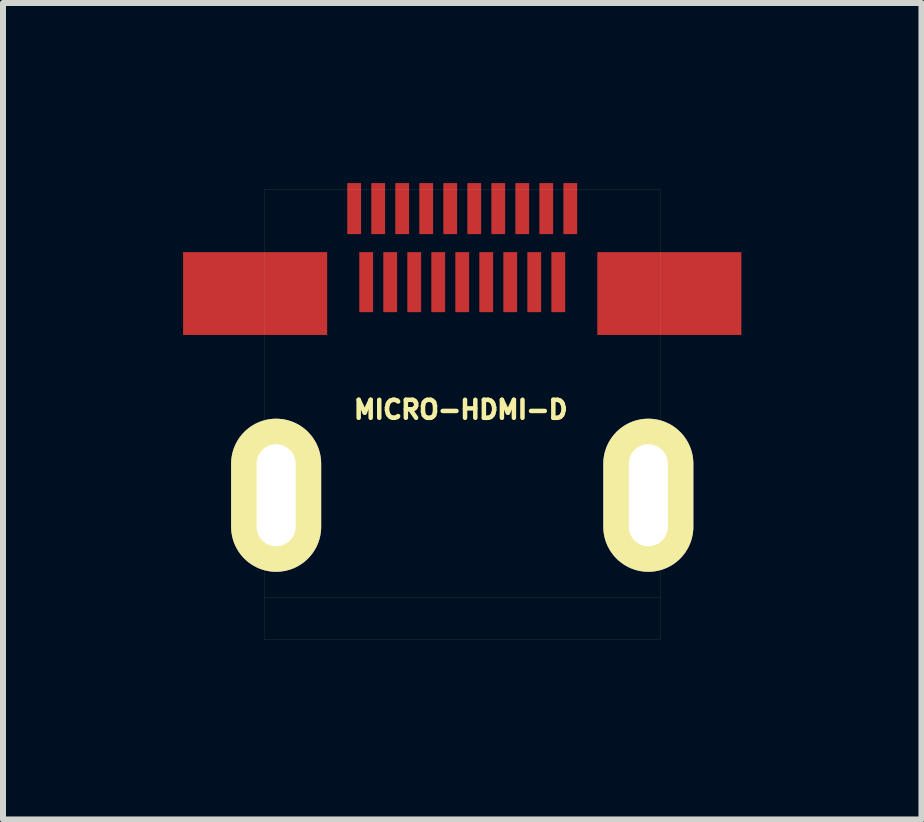
<source format=kicad_pcb>
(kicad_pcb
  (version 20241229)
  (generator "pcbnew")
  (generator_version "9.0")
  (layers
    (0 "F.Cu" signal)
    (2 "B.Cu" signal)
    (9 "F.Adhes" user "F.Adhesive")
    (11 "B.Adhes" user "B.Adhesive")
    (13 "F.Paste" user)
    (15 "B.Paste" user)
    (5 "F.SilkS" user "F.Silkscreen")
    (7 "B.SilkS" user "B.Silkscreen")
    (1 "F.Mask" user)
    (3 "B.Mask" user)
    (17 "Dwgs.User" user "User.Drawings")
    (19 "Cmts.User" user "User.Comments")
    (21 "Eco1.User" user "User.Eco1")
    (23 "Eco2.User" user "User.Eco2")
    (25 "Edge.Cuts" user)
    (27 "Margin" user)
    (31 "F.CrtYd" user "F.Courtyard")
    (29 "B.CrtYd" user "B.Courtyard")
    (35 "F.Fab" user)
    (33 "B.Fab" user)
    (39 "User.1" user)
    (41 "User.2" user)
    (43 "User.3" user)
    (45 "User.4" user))
  (footprint "MICRO-HDMI-D"
    (layer "F.Cu")
    (at 4.65 6.9)
    (property "Reference" "MICRO-HDMI-D" (at -0.025 -3.125 0) (layer "F.SilkS") (effects (font (size 0.3 0.3) (thickness 0.075))))
    (attr smd)
    (fp_line (start -3.3 -6.8) (end 3.3 -6.8) (stroke (width 0.001) (type solid)) (layer "F.SilkS"))
    (fp_line (start -3.3 0) (end -3.3 -6.8) (stroke (width 0.001) (type solid)) (layer "F.SilkS"))
    (fp_line (start -3.3 0) (end -3.3 0.7) (stroke (width 0.001) (type solid)) (layer "F.SilkS"))
    (fp_line (start -3.3 0.7) (end 3.3 0.7) (stroke (width 0.001) (type solid)) (layer "F.SilkS"))
    (fp_line (start 3.3 -6.8) (end 3.3 0) (stroke (width 0.001) (type solid)) (layer "F.SilkS"))
    (fp_line (start 3.3 0) (end -3.3 0) (stroke (width 0.001) (type solid)) (layer "F.SilkS"))
    (fp_line (start 3.3 0.7) (end 3.3 0) (stroke (width 0.001) (type solid)) (layer "F.SilkS"))
    (pad "" thru_hole oval (at -3.1 -1.7) (size 1.5 2.55) (drill oval 0.65 1.7) (layers "*.Cu" "*.Mask" "F.SilkS"))
    (pad "" thru_hole oval (at 3.1 -1.7) (size 1.5 2.55) (drill oval 0.65 1.7) (layers "*.Cu" "*.Mask" "F.SilkS"))
    (pad "1" smd rect (at 1.8 -6.475) (size 0.23 0.85) (layers "F.Cu" "F.Mask" "F.Paste"))
    (pad "2" smd rect (at 1.6 -5.25) (size 0.23 1) (layers "F.Cu" "F.Mask" "F.Paste"))
    (pad "3" smd rect (at 1.4 -6.475) (size 0.23 0.85) (layers "F.Cu" "F.Mask" "F.Paste"))
    (pad "4" smd rect (at 1.2 -5.25) (size 0.23 1) (layers "F.Cu" "F.Mask" "F.Paste"))
    (pad "5" smd rect (at 1 -6.475) (size 0.23 0.85) (layers "F.Cu" "F.Mask" "F.Paste"))
    (pad "6" smd rect (at 0.8 -5.25) (size 0.23 1) (layers "F.Cu" "F.Mask" "F.Paste"))
    (pad "7" smd rect (at 0.6 -6.475) (size 0.23 0.85) (layers "F.Cu" "F.Mask" "F.Paste"))
    (pad "8" smd rect (at 0.4 -5.25) (size 0.23 1) (layers "F.Cu" "F.Mask" "F.Paste"))
    (pad "9" smd rect (at 0.2 -6.475) (size 0.23 0.85) (layers "F.Cu" "F.Mask" "F.Paste"))
    (pad "10" smd rect (at 0 -5.25) (size 0.23 1) (layers "F.Cu" "F.Mask" "F.Paste"))
    (pad "11" smd rect (at -0.2 -6.475) (size 0.23 0.85) (layers "F.Cu" "F.Mask" "F.Paste"))
    (pad "12" smd rect (at -0.4 -5.25) (size 0.23 1) (layers "F.Cu" "F.Mask" "F.Paste"))
    (pad "13" smd rect (at -0.6 -6.475) (size 0.23 0.85) (layers "F.Cu" "F.Mask" "F.Paste"))
    (pad "14" smd rect (at -0.8 -5.25) (size 0.23 1) (layers "F.Cu" "F.Mask" "F.Paste"))
    (pad "15" smd rect (at -1 -6.475) (size 0.23 0.85) (layers "F.Cu" "F.Mask" "F.Paste"))
    (pad "16" smd rect (at -1.2 -5.25) (size 0.23 1) (layers "F.Cu" "F.Mask" "F.Paste"))
    (pad "17" smd rect (at -1.4 -6.475) (size 0.23 0.85) (layers "F.Cu" "F.Mask" "F.Paste"))
    (pad "18" smd rect (at -1.6 -5.25) (size 0.23 1) (layers "F.Cu" "F.Mask" "F.Paste"))
    (pad "19" smd rect (at -1.8 -6.475) (size 0.23 0.85) (layers "F.Cu" "F.Mask" "F.Paste"))
    (pad "SHD" smd rect (at -3.45 -5.06) (size 2.4 1.38) (layers "F.Cu" "F.Mask" "F.Paste"))
    (pad "SHD" smd rect (at 3.45 -5.06) (size 2.4 1.38) (layers "F.Cu" "F.Mask" "F.Paste")))
  (gr_rect
    (start -3 -3)
    (end 12.3 10.601)
    (stroke (width 0.1) (type default))
    (fill no)
    (layer "Edge.Cuts")))
</source>
